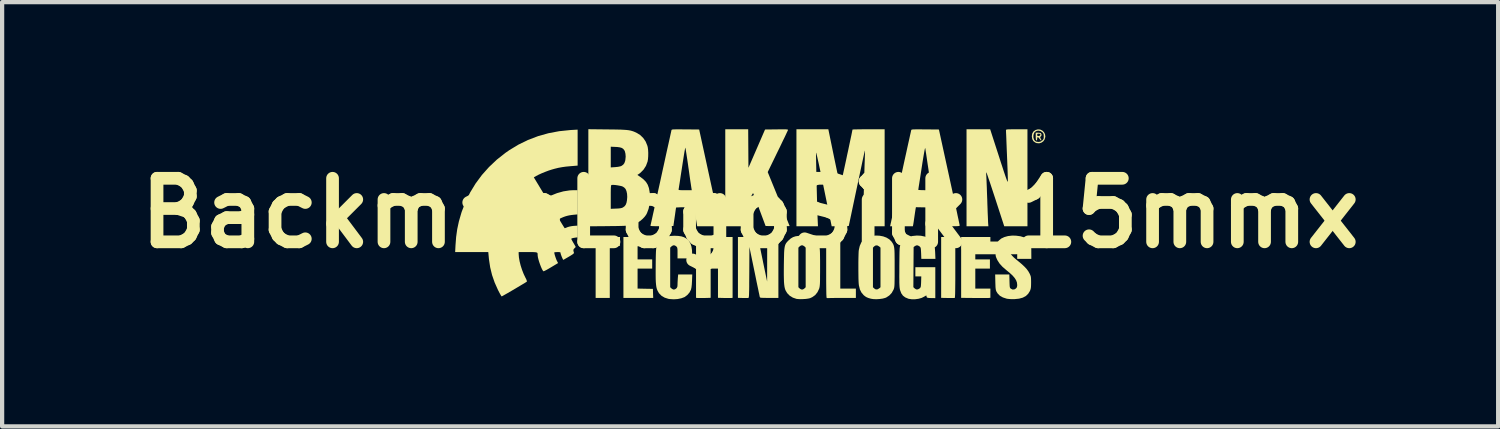
<source format=kicad_pcb>
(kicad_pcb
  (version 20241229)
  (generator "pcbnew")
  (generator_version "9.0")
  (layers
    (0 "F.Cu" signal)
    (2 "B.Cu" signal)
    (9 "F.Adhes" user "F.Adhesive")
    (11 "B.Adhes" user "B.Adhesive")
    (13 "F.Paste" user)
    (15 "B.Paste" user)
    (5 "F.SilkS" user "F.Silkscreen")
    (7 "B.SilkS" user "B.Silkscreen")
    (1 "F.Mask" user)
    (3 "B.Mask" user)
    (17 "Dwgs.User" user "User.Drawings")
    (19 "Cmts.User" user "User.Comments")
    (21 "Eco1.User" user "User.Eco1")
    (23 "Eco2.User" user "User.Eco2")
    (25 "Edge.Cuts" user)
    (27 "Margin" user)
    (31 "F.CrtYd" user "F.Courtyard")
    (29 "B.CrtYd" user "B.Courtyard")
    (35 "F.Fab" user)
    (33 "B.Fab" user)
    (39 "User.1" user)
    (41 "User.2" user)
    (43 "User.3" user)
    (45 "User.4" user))
  (footprint "BackmanLogoSilk_15mmx"
    (layer "F.Cu")
    (at 14.657 1.98)
    (property "Reference" "BackmanLogoSilk_15mmx" (at 0 0 0) (layer "F.SilkS") (effects (font (size 1.5 1.5) (thickness 0.3))))
    (attr board_only exclude_from_pos_files exclude_from_bom)
    (fp_poly (pts (xy -3.074 0.67) (xy -3.077 0.776) (xy -3.195 0.78) (xy -3.313 0.783) (xy -3.313 1.392) (xy -3.313 2.002) (xy -3.48 2.002) (xy -3.647 2.002) (xy -3.647 1.392) (xy -3.647 0.782) (xy -3.767 0.782) (xy -3.888 0.782) (xy -3.888 0.673) (xy -3.888 0.564) (xy -3.479 0.564) (xy -3.071 0.564)) (stroke (width 0) (type solid)) (fill yes) (layer "F.SilkS"))
    (fp_poly (pts (xy 4.843 1.281) (xy 4.843 1.434) (xy 4.843 1.565) (xy 4.842 1.675) (xy 4.841 1.767) (xy 4.84 1.842) (xy 4.839 1.9) (xy 4.837 1.944) (xy 4.835 1.975) (xy 4.833 1.994) (xy 4.83 2.002) (xy 4.829 2.003) (xy 4.812 2.005) (xy 4.778 2.005) (xy 4.73 2.005) (xy 4.673 2.004) (xy 4.662 2.004) (xy 4.509 2.001) (xy 4.509 1.282) (xy 4.509 0.564) (xy 4.676 0.564) (xy 4.843 0.564)) (stroke (width 0) (type solid)) (fill yes) (layer "F.SilkS"))
    (fp_poly (pts (xy -2.292 0.67) (xy -2.295 0.776) (xy -2.476 0.78) (xy -2.657 0.783) (xy -2.657 0.938) (xy -2.657 1.093) (xy -2.485 1.093) (xy -2.312 1.093) (xy -2.312 1.202) (xy -2.312 1.311) (xy -2.485 1.311) (xy -2.657 1.311) (xy -2.657 1.547) (xy -2.657 1.782) (xy -2.476 1.786) (xy -2.295 1.789) (xy -2.292 1.895) (xy -2.288 2.002) (xy -2.64 2.002) (xy -2.991 2.002) (xy -2.991 1.283) (xy -2.991 0.564) (xy -2.64 0.564) (xy -2.288 0.564)) (stroke (width 0) (type solid)) (fill yes) (layer "F.SilkS"))
    (fp_poly (pts (xy 2.128 1.173) (xy 2.128 1.783) (xy 2.312 1.783) (xy 2.496 1.783) (xy 2.496 1.892) (xy 2.496 2.002) (xy 2.177 2.003) (xy 2.093 2.003) (xy 2.016 2.003) (xy 1.949 2.004) (xy 1.896 2.005) (xy 1.858 2.006) (xy 1.841 2.007) (xy 1.841 2.007) (xy 1.816 2.006) (xy 1.809 2.005) (xy 1.806 1.999) (xy 1.803 1.984) (xy 1.801 1.957) (xy 1.799 1.917) (xy 1.798 1.864) (xy 1.797 1.794) (xy 1.796 1.708) (xy 1.795 1.604) (xy 1.795 1.48) (xy 1.795 1.334) (xy 1.795 1.282) (xy 1.795 0.564) (xy 1.961 0.564) (xy 2.128 0.564)) (stroke (width 0) (type solid)) (fill yes) (layer "F.SilkS"))
    (fp_poly (pts (xy 5.671 0.673) (xy 5.671 0.782) (xy 5.493 0.782) (xy 5.315 0.782) (xy 5.315 0.938) (xy 5.315 1.093) (xy 5.487 1.093) (xy 5.66 1.093) (xy 5.66 1.202) (xy 5.66 1.311) (xy 5.487 1.311) (xy 5.315 1.311) (xy 5.315 1.547) (xy 5.315 1.783) (xy 5.493 1.783) (xy 5.671 1.783) (xy 5.671 1.891) (xy 5.671 1.999) (xy 5.64 2.003) (xy 5.62 2.004) (xy 5.581 2.005) (xy 5.525 2.005) (xy 5.457 2.005) (xy 5.379 2.005) (xy 5.295 2.004) (xy 4.981 2.001) (xy 4.981 1.282) (xy 4.981 0.564) (xy 5.326 0.564) (xy 5.671 0.564)) (stroke (width 0) (type solid)) (fill yes) (layer "F.SilkS"))
    (fp_poly (pts (xy -0.932 0.828) (xy -0.932 1.093) (xy -0.846 1.093) (xy -0.759 1.093) (xy -0.759 0.828) (xy -0.759 0.564) (xy -0.587 0.564) (xy -0.414 0.564) (xy -0.414 1.282) (xy -0.414 2) (xy -0.44 2.004) (xy -0.461 2.005) (xy -0.5 2.005) (xy -0.551 2.005) (xy -0.609 2.004) (xy -0.613 2.004) (xy -0.759 2) (xy -0.759 1.656) (xy -0.759 1.311) (xy -0.846 1.311) (xy -0.932 1.311) (xy -0.932 1.656) (xy -0.932 2) (xy -1.067 2.004) (xy -1.124 2.005) (xy -1.177 2.005) (xy -1.218 2.005) (xy -1.24 2.004) (xy -1.277 2) (xy -1.277 1.282) (xy -1.277 0.564) (xy -1.104 0.564) (xy -0.932 0.564)) (stroke (width 0) (type solid)) (fill yes) (layer "F.SilkS"))
    (fp_poly (pts (xy 6.832 -1.895) (xy 6.859 -1.888) (xy 6.865 -1.884) (xy 6.878 -1.859) (xy 6.876 -1.83) (xy 6.861 -1.809) (xy 6.86 -1.808) (xy 6.847 -1.798) (xy 6.848 -1.783) (xy 6.856 -1.764) (xy 6.869 -1.739) (xy 6.877 -1.723) (xy 6.877 -1.723) (xy 6.872 -1.714) (xy 6.869 -1.714) (xy 6.855 -1.723) (xy 6.837 -1.745) (xy 6.83 -1.754) (xy 6.807 -1.784) (xy 6.789 -1.793) (xy 6.778 -1.781) (xy 6.776 -1.754) (xy 6.772 -1.724) (xy 6.762 -1.714) (xy 6.749 -1.722) (xy 6.745 -1.736) (xy 6.742 -1.767) (xy 6.741 -1.809) (xy 6.741 -1.814) (xy 6.741 -1.846) (xy 6.776 -1.846) (xy 6.78 -1.824) (xy 6.799 -1.818) (xy 6.803 -1.818) (xy 6.83 -1.824) (xy 6.844 -1.834) (xy 6.853 -1.855) (xy 6.841 -1.87) (xy 6.81 -1.875) (xy 6.809 -1.875) (xy 6.785 -1.872) (xy 6.776 -1.858) (xy 6.776 -1.846) (xy 6.741 -1.846) (xy 6.741 -1.898) (xy 6.796 -1.898)) (stroke (width 0) (type solid)) (fill yes) (layer "F.SilkS"))
    (fp_poly (pts (xy 6.846 -1.972) (xy 6.895 -1.95) (xy 6.934 -1.913) (xy 6.96 -1.865) (xy 6.968 -1.808) (xy 6.967 -1.796) (xy 6.951 -1.738) (xy 6.919 -1.693) (xy 6.874 -1.662) (xy 6.821 -1.647) (xy 6.764 -1.652) (xy 6.731 -1.665) (xy 6.686 -1.699) (xy 6.659 -1.747) (xy 6.653 -1.788) (xy 6.686 -1.788) (xy 6.701 -1.737) (xy 6.724 -1.704) (xy 6.755 -1.686) (xy 6.801 -1.68) (xy 6.807 -1.68) (xy 6.847 -1.685) (xy 6.881 -1.703) (xy 6.893 -1.713) (xy 6.915 -1.735) (xy 6.927 -1.757) (xy 6.931 -1.787) (xy 6.931 -1.811) (xy 6.929 -1.852) (xy 6.921 -1.879) (xy 6.905 -1.901) (xy 6.902 -1.904) (xy 6.858 -1.934) (xy 6.811 -1.946) (xy 6.765 -1.941) (xy 6.725 -1.918) (xy 6.706 -1.895) (xy 6.688 -1.844) (xy 6.686 -1.788) (xy 6.653 -1.788) (xy 6.649 -1.81) (xy 6.649 -1.812) (xy 6.658 -1.875) (xy 6.685 -1.924) (xy 6.731 -1.958) (xy 6.736 -1.961) (xy 6.792 -1.976)) (stroke (width 0) (type solid)) (fill yes) (layer "F.SilkS"))
    (fp_poly (pts (xy 0.196 0.63) (xy 0.202 0.656) (xy 0.211 0.701) (xy 0.224 0.763) (xy 0.24 0.84) (xy 0.258 0.927) (xy 0.278 1.023) (xy 0.299 1.124) (xy 0.305 1.156) (xy 0.401 1.616) (xy 0.402 1.09) (xy 0.403 0.564) (xy 0.535 0.564) (xy 0.667 0.564) (xy 0.667 1.283) (xy 0.667 2.002) (xy 0.45 2.002) (xy 0.374 2.002) (xy 0.318 2.001) (xy 0.279 2) (xy 0.254 1.998) (xy 0.239 1.994) (xy 0.231 1.988) (xy 0.228 1.98) (xy 0.227 1.976) (xy 0.223 1.96) (xy 0.216 1.923) (xy 0.204 1.869) (xy 0.19 1.799) (xy 0.172 1.715) (xy 0.152 1.62) (xy 0.131 1.516) (xy 0.108 1.404) (xy 0.102 1.375) (xy -0.017 0.8) (xy -0.02 1.399) (xy -0.021 1.532) (xy -0.022 1.644) (xy -0.022 1.737) (xy -0.023 1.812) (xy -0.025 1.871) (xy -0.026 1.917) (xy -0.028 1.951) (xy -0.03 1.974) (xy -0.033 1.989) (xy -0.036 1.998) (xy -0.04 2.002) (xy -0.043 2.003) (xy -0.063 2.005) (xy -0.1 2.005) (xy -0.147 2.005) (xy -0.175 2.004) (xy -0.288 2.001) (xy -0.288 1.282) (xy -0.288 0.564) (xy -0.053 0.564) (xy 0.182 0.564)) (stroke (width 0) (type solid)) (fill yes) (layer "F.SilkS"))
    (fp_poly (pts (xy -0.043 -1.524) (xy -0.04 -1.069) (xy 0.156 -1.521) (xy 0.352 -1.973) (xy 0.626 -1.976) (xy 0.712 -1.977) (xy 0.777 -1.977) (xy 0.825 -1.977) (xy 0.858 -1.976) (xy 0.879 -1.973) (xy 0.89 -1.97) (xy 0.893 -1.965) (xy 0.892 -1.958) (xy 0.892 -1.957) (xy 0.886 -1.943) (xy 0.87 -1.91) (xy 0.847 -1.86) (xy 0.817 -1.796) (xy 0.78 -1.721) (xy 0.739 -1.635) (xy 0.694 -1.541) (xy 0.65 -1.452) (xy 0.415 -0.968) (xy 0.674 -0.334) (xy 0.72 -0.219) (xy 0.764 -0.111) (xy 0.804 -0.012) (xy 0.84 0.077) (xy 0.872 0.155) (xy 0.897 0.218) (xy 0.916 0.266) (xy 0.928 0.295) (xy 0.932 0.306) (xy 0.921 0.307) (xy 0.89 0.308) (xy 0.842 0.309) (xy 0.781 0.309) (xy 0.709 0.308) (xy 0.648 0.308) (xy 0.365 0.305) (xy 0.22 -0.083) (xy 0.187 -0.173) (xy 0.156 -0.254) (xy 0.128 -0.327) (xy 0.105 -0.387) (xy 0.086 -0.433) (xy 0.074 -0.462) (xy 0.069 -0.471) (xy 0.062 -0.462) (xy 0.046 -0.436) (xy 0.026 -0.398) (xy 0.008 -0.365) (xy -0.047 -0.259) (xy -0.046 0.026) (xy -0.046 0.311) (xy -0.316 0.311) (xy -0.587 0.311) (xy -0.587 -0.834) (xy -0.587 -1.979) (xy -0.316 -1.979) (xy -0.046 -1.979)) (stroke (width 0) (type solid)) (fill yes) (layer "F.SilkS"))
    (fp_poly (pts (xy 6.546 -0.834) (xy 6.546 0.311) (xy 6.272 0.311) (xy 5.998 0.311) (xy 5.793 -0.319) (xy 5.755 -0.435) (xy 5.719 -0.544) (xy 5.686 -0.644) (xy 5.656 -0.735) (xy 5.629 -0.812) (xy 5.608 -0.876) (xy 5.591 -0.923) (xy 5.581 -0.952) (xy 5.577 -0.96) (xy 5.573 -0.956) (xy 5.572 -0.933) (xy 5.573 -0.903) (xy 5.575 -0.877) (xy 5.577 -0.831) (xy 5.58 -0.767) (xy 5.583 -0.689) (xy 5.587 -0.598) (xy 5.59 -0.498) (xy 5.594 -0.392) (xy 5.597 -0.322) (xy 5.6 -0.213) (xy 5.604 -0.11) (xy 5.607 -0.014) (xy 5.611 0.071) (xy 5.614 0.143) (xy 5.616 0.199) (xy 5.618 0.237) (xy 5.619 0.25) (xy 5.624 0.311) (xy 5.366 0.311) (xy 5.108 0.311) (xy 5.108 -0.834) (xy 5.108 -1.979) (xy 5.387 -1.978) (xy 5.666 -1.978) (xy 5.873 -1.339) (xy 5.916 -1.204) (xy 5.954 -1.089) (xy 5.985 -0.993) (xy 6.011 -0.916) (xy 6.032 -0.854) (xy 6.049 -0.807) (xy 6.061 -0.774) (xy 6.071 -0.753) (xy 6.077 -0.743) (xy 6.081 -0.741) (xy 6.083 -0.748) (xy 6.083 -0.751) (xy 6.083 -0.773) (xy 6.083 -0.815) (xy 6.081 -0.875) (xy 6.079 -0.951) (xy 6.076 -1.04) (xy 6.072 -1.139) (xy 6.068 -1.247) (xy 6.063 -1.361) (xy 6.063 -1.369) (xy 6.058 -1.482) (xy 6.054 -1.587) (xy 6.05 -1.685) (xy 6.047 -1.77) (xy 6.044 -1.843) (xy 6.041 -1.9) (xy 6.04 -1.938) (xy 6.039 -1.956) (xy 6.039 -1.957) (xy 6.041 -1.964) (xy 6.046 -1.969) (xy 6.058 -1.973) (xy 6.08 -1.976) (xy 6.114 -1.977) (xy 6.164 -1.978) (xy 6.232 -1.979) (xy 6.292 -1.979) (xy 6.546 -1.979)) (stroke (width 0) (type solid)) (fill yes) (layer "F.SilkS"))
    (fp_poly (pts (xy 3.056 0.534) (xy 3.141 0.55) (xy 3.219 0.579) (xy 3.286 0.62) (xy 3.338 0.673) (xy 3.34 0.676) (xy 3.357 0.701) (xy 3.371 0.724) (xy 3.382 0.746) (xy 3.391 0.772) (xy 3.398 0.803) (xy 3.403 0.841) (xy 3.407 0.888) (xy 3.409 0.949) (xy 3.41 1.024) (xy 3.411 1.116) (xy 3.411 1.227) (xy 3.411 1.283) (xy 3.411 1.398) (xy 3.411 1.492) (xy 3.41 1.568) (xy 3.409 1.629) (xy 3.408 1.676) (xy 3.406 1.712) (xy 3.403 1.74) (xy 3.4 1.761) (xy 3.395 1.779) (xy 3.39 1.795) (xy 3.384 1.809) (xy 3.343 1.883) (xy 3.285 1.945) (xy 3.215 1.991) (xy 3.189 2.002) (xy 3.13 2.018) (xy 3.058 2.028) (xy 2.981 2.033) (xy 2.908 2.03) (xy 2.848 2.021) (xy 2.847 2.02) (xy 2.791 2.004) (xy 2.75 1.987) (xy 2.716 1.966) (xy 2.681 1.938) (xy 2.676 1.933) (xy 2.626 1.873) (xy 2.59 1.8) (xy 2.568 1.709) (xy 2.566 1.695) (xy 2.562 1.658) (xy 2.559 1.601) (xy 2.557 1.53) (xy 2.556 1.447) (xy 2.555 1.358) (xy 2.555 1.265) (xy 2.555 1.173) (xy 2.556 1.085) (xy 2.558 1.006) (xy 2.56 0.94) (xy 2.563 0.891) (xy 2.566 0.87) (xy 2.578 0.816) (xy 2.899 0.816) (xy 2.899 1.283) (xy 2.899 1.75) (xy 2.927 1.778) (xy 2.964 1.801) (xy 3.002 1.802) (xy 3.042 1.78) (xy 3.045 1.778) (xy 3.077 1.751) (xy 3.077 1.283) (xy 3.077 0.815) (xy 3.045 0.787) (xy 3.005 0.764) (xy 2.966 0.763) (xy 2.929 0.785) (xy 2.927 0.787) (xy 2.899 0.816) (xy 2.578 0.816) (xy 2.588 0.774) (xy 2.623 0.695) (xy 2.661 0.646) (xy 2.722 0.597) (xy 2.796 0.562) (xy 2.879 0.539) (xy 2.967 0.53)) (stroke (width 0) (type solid)) (fill yes) (layer "F.SilkS"))
    (fp_poly (pts (xy -1.696 0.539) (xy -1.621 0.55) (xy -1.56 0.57) (xy -1.508 0.599) (xy -1.486 0.616) (xy -1.441 0.664) (xy -1.407 0.722) (xy -1.385 0.792) (xy -1.372 0.878) (xy -1.369 0.974) (xy -1.369 1.07) (xy -1.541 1.07) (xy -1.714 1.07) (xy -1.714 0.943) (xy -1.714 0.887) (xy -1.716 0.848) (xy -1.72 0.823) (xy -1.726 0.806) (xy -1.737 0.793) (xy -1.742 0.787) (xy -1.77 0.768) (xy -1.799 0.759) (xy -1.8 0.759) (xy -1.829 0.767) (xy -1.857 0.787) (xy -1.858 0.787) (xy -1.887 0.816) (xy -1.887 1.283) (xy -1.887 1.75) (xy -1.858 1.778) (xy -1.83 1.797) (xy -1.801 1.806) (xy -1.8 1.806) (xy -1.772 1.798) (xy -1.743 1.779) (xy -1.742 1.778) (xy -1.725 1.755) (xy -1.716 1.728) (xy -1.714 1.688) (xy -1.713 1.644) (xy -1.71 1.589) (xy -1.707 1.537) (xy -1.699 1.449) (xy -1.533 1.449) (xy -1.366 1.449) (xy -1.372 1.602) (xy -1.377 1.688) (xy -1.385 1.756) (xy -1.396 1.803) (xy -1.397 1.808) (xy -1.431 1.874) (xy -1.482 1.933) (xy -1.541 1.978) (xy -1.552 1.984) (xy -1.625 2.011) (xy -1.712 2.029) (xy -1.805 2.035) (xy -1.896 2.029) (xy -1.93 2.024) (xy -2.018 1.996) (xy -2.092 1.952) (xy -2.151 1.892) (xy -2.183 1.837) (xy -2.196 1.806) (xy -2.207 1.773) (xy -2.215 1.734) (xy -2.221 1.687) (xy -2.226 1.63) (xy -2.229 1.56) (xy -2.23 1.475) (xy -2.23 1.373) (xy -2.229 1.25) (xy -2.229 1.228) (xy -2.228 1.12) (xy -2.227 1.032) (xy -2.225 0.962) (xy -2.223 0.908) (xy -2.22 0.866) (xy -2.217 0.834) (xy -2.213 0.809) (xy -2.208 0.789) (xy -2.204 0.776) (xy -2.166 0.697) (xy -2.117 0.635) (xy -2.055 0.588) (xy -1.977 0.557) (xy -1.883 0.54) (xy -1.789 0.535)) (stroke (width 0) (type solid)) (fill yes) (layer "F.SilkS"))
    (fp_poly (pts (xy 1.333 0.542) (xy 1.425 0.564) (xy 1.499 0.601) (xy 1.559 0.654) (xy 1.605 0.724) (xy 1.63 0.783) (xy 1.635 0.801) (xy 1.64 0.821) (xy 1.643 0.845) (xy 1.646 0.877) (xy 1.648 0.918) (xy 1.649 0.97) (xy 1.65 1.038) (xy 1.651 1.122) (xy 1.651 1.225) (xy 1.651 1.283) (xy 1.651 1.396) (xy 1.65 1.489) (xy 1.65 1.564) (xy 1.649 1.624) (xy 1.647 1.67) (xy 1.644 1.706) (xy 1.641 1.733) (xy 1.637 1.755) (xy 1.632 1.774) (xy 1.63 1.783) (xy 1.59 1.867) (xy 1.536 1.935) (xy 1.465 1.985) (xy 1.413 2.009) (xy 1.372 2.018) (xy 1.316 2.026) (xy 1.252 2.03) (xy 1.188 2.032) (xy 1.131 2.029) (xy 1.094 2.025) (xy 1.009 1.996) (xy 0.935 1.951) (xy 0.876 1.891) (xy 0.841 1.834) (xy 0.828 1.804) (xy 0.818 1.771) (xy 0.81 1.731) (xy 0.804 1.684) (xy 0.799 1.626) (xy 0.797 1.555) (xy 0.795 1.468) (xy 0.795 1.363) (xy 0.796 1.238) (xy 0.796 1.228) (xy 0.798 1.11) (xy 0.8 1.013) (xy 0.802 0.934) (xy 0.806 0.87) (xy 0.812 0.819) (xy 0.813 0.816) (xy 1.139 0.816) (xy 1.139 1.283) (xy 1.139 1.75) (xy 1.167 1.778) (xy 1.195 1.797) (xy 1.224 1.806) (xy 1.225 1.806) (xy 1.254 1.798) (xy 1.282 1.779) (xy 1.283 1.778) (xy 1.311 1.75) (xy 1.311 1.283) (xy 1.311 0.816) (xy 1.283 0.787) (xy 1.255 0.768) (xy 1.226 0.759) (xy 1.225 0.759) (xy 1.196 0.767) (xy 1.168 0.787) (xy 1.167 0.787) (xy 1.139 0.816) (xy 0.813 0.816) (xy 0.82 0.778) (xy 0.831 0.745) (xy 0.845 0.717) (xy 0.863 0.692) (xy 0.885 0.667) (xy 0.908 0.644) (xy 0.959 0.599) (xy 1.012 0.568) (xy 1.072 0.548) (xy 1.144 0.538) (xy 1.225 0.535)) (stroke (width 0) (type solid)) (fill yes) (layer "F.SilkS"))
    (fp_poly (pts (xy 4.032 0.535) (xy 4.122 0.554) (xy 4.201 0.586) (xy 4.264 0.629) (xy 4.274 0.638) (xy 4.307 0.677) (xy 4.332 0.72) (xy 4.349 0.771) (xy 4.361 0.835) (xy 4.367 0.916) (xy 4.368 0.94) (xy 4.374 1.081) (xy 4.207 1.081) (xy 4.041 1.081) (xy 4.036 0.947) (xy 4.033 0.89) (xy 4.03 0.85) (xy 4.026 0.825) (xy 4.019 0.808) (xy 4.008 0.795) (xy 3.999 0.786) (xy 3.959 0.763) (xy 3.92 0.763) (xy 3.887 0.781) (xy 3.859 0.803) (xy 3.856 1.276) (xy 3.853 1.749) (xy 3.882 1.777) (xy 3.918 1.801) (xy 3.957 1.802) (xy 3.997 1.781) (xy 4 1.778) (xy 4.014 1.765) (xy 4.023 1.751) (xy 4.029 1.732) (xy 4.032 1.701) (xy 4.035 1.656) (xy 4.036 1.623) (xy 4.04 1.495) (xy 3.97 1.495) (xy 3.9 1.495) (xy 3.9 1.386) (xy 3.9 1.277) (xy 4.136 1.277) (xy 4.371 1.277) (xy 4.371 1.642) (xy 4.371 2.007) (xy 4.28 2.006) (xy 4.227 2.004) (xy 4.193 2) (xy 4.174 1.992) (xy 4.166 1.98) (xy 4.164 1.966) (xy 4.163 1.95) (xy 4.156 1.946) (xy 4.138 1.954) (xy 4.109 1.972) (xy 4.049 2.002) (xy 3.974 2.023) (xy 3.893 2.034) (xy 3.813 2.034) (xy 3.741 2.023) (xy 3.732 2.02) (xy 3.661 1.99) (xy 3.607 1.949) (xy 3.568 1.894) (xy 3.54 1.82) (xy 3.537 1.81) (xy 3.533 1.789) (xy 3.529 1.763) (xy 3.526 1.732) (xy 3.524 1.692) (xy 3.522 1.641) (xy 3.522 1.577) (xy 3.521 1.497) (xy 3.522 1.399) (xy 3.522 1.28) (xy 3.522 1.269) (xy 3.523 1.153) (xy 3.524 1.057) (xy 3.525 0.98) (xy 3.526 0.918) (xy 3.528 0.871) (xy 3.53 0.834) (xy 3.533 0.807) (xy 3.536 0.786) (xy 3.541 0.77) (xy 3.547 0.755) (xy 3.552 0.742) (xy 3.598 0.668) (xy 3.658 0.61) (xy 3.735 0.568) (xy 3.828 0.541) (xy 3.837 0.54) (xy 3.936 0.53)) (stroke (width 0) (type solid)) (fill yes) (layer "F.SilkS"))
    (fp_poly (pts (xy 3.175 -0.834) (xy 3.175 0.311) (xy 2.915 0.311) (xy 2.655 0.311) (xy 2.662 0.141) (xy 2.664 0.095) (xy 2.666 0.029) (xy 2.669 -0.054) (xy 2.672 -0.15) (xy 2.675 -0.257) (xy 2.679 -0.372) (xy 2.683 -0.491) (xy 2.686 -0.61) (xy 2.689 -0.729) (xy 2.693 -0.847) (xy 2.696 -0.959) (xy 2.699 -1.063) (xy 2.702 -1.156) (xy 2.705 -1.235) (xy 2.707 -1.297) (xy 2.708 -1.34) (xy 2.708 -1.34) (xy 2.71 -1.394) (xy 2.71 -1.437) (xy 2.71 -1.465) (xy 2.708 -1.474) (xy 2.707 -1.474) (xy 2.704 -1.46) (xy 2.696 -1.426) (xy 2.684 -1.372) (xy 2.669 -1.302) (xy 2.65 -1.216) (xy 2.629 -1.116) (xy 2.605 -1.004) (xy 2.579 -0.881) (xy 2.551 -0.751) (xy 2.522 -0.613) (xy 2.514 -0.576) (xy 2.328 0.305) (xy 2.127 0.308) (xy 1.925 0.311) (xy 1.742 -0.58) (xy 1.705 -0.759) (xy 1.673 -0.916) (xy 1.644 -1.051) (xy 1.62 -1.164) (xy 1.599 -1.257) (xy 1.583 -1.329) (xy 1.57 -1.381) (xy 1.562 -1.413) (xy 1.556 -1.426) (xy 1.555 -1.423) (xy 1.555 -1.403) (xy 1.555 -1.363) (xy 1.556 -1.304) (xy 1.557 -1.229) (xy 1.559 -1.141) (xy 1.561 -1.042) (xy 1.563 -0.933) (xy 1.566 -0.819) (xy 1.569 -0.7) (xy 1.572 -0.579) (xy 1.575 -0.46) (xy 1.578 -0.343) (xy 1.581 -0.231) (xy 1.584 -0.127) (xy 1.587 -0.034) (xy 1.59 0.047) (xy 1.592 0.114) (xy 1.594 0.158) (xy 1.601 0.311) (xy 1.347 0.311) (xy 1.093 0.311) (xy 1.093 -0.834) (xy 1.093 -1.979) (xy 1.47 -1.979) (xy 1.846 -1.979) (xy 1.984 -1.306) (xy 2.009 -1.186) (xy 2.033 -1.072) (xy 2.055 -0.968) (xy 2.075 -0.875) (xy 2.093 -0.795) (xy 2.107 -0.729) (xy 2.119 -0.681) (xy 2.126 -0.651) (xy 2.13 -0.642) (xy 2.133 -0.654) (xy 2.141 -0.686) (xy 2.152 -0.736) (xy 2.166 -0.801) (xy 2.183 -0.879) (xy 2.203 -0.967) (xy 2.224 -1.063) (xy 2.246 -1.165) (xy 2.269 -1.271) (xy 2.291 -1.377) (xy 2.314 -1.481) (xy 2.335 -1.582) (xy 2.355 -1.676) (xy 2.373 -1.761) (xy 2.389 -1.835) (xy 2.401 -1.895) (xy 2.41 -1.94) (xy 2.415 -1.966) (xy 2.416 -1.971) (xy 2.427 -1.973) (xy 2.458 -1.975) (xy 2.507 -1.976) (xy 2.571 -1.977) (xy 2.647 -1.978) (xy 2.733 -1.979) (xy 2.795 -1.979) (xy 3.175 -1.979)) (stroke (width 0) (type solid)) (fill yes) (layer "F.SilkS"))
    (fp_poly (pts (xy 6.275 0.533) (xy 6.379 0.547) (xy 6.464 0.572) (xy 6.531 0.609) (xy 6.581 0.658) (xy 6.61 0.705) (xy 6.621 0.732) (xy 6.629 0.757) (xy 6.634 0.787) (xy 6.636 0.825) (xy 6.637 0.879) (xy 6.637 0.923) (xy 6.638 1.081) (xy 6.471 1.081) (xy 6.304 1.081) (xy 6.304 0.949) (xy 6.304 0.891) (xy 6.302 0.852) (xy 6.299 0.826) (xy 6.293 0.808) (xy 6.283 0.795) (xy 6.276 0.787) (xy 6.238 0.764) (xy 6.195 0.761) (xy 6.155 0.779) (xy 6.153 0.781) (xy 6.137 0.798) (xy 6.129 0.822) (xy 6.127 0.859) (xy 6.127 0.866) (xy 6.129 0.904) (xy 6.139 0.938) (xy 6.157 0.973) (xy 6.187 1.009) (xy 6.229 1.052) (xy 6.288 1.102) (xy 6.333 1.139) (xy 6.413 1.206) (xy 6.477 1.266) (xy 6.527 1.32) (xy 6.566 1.373) (xy 6.597 1.428) (xy 6.602 1.438) (xy 6.615 1.468) (xy 6.624 1.495) (xy 6.629 1.526) (xy 6.631 1.566) (xy 6.632 1.623) (xy 6.632 1.639) (xy 6.631 1.701) (xy 6.629 1.746) (xy 6.624 1.78) (xy 6.616 1.809) (xy 6.605 1.838) (xy 6.563 1.905) (xy 6.508 1.958) (xy 6.436 1.996) (xy 6.348 2.02) (xy 6.241 2.031) (xy 6.241 2.031) (xy 6.156 2.031) (xy 6.084 2.025) (xy 6.055 2.02) (xy 5.966 1.991) (xy 5.895 1.951) (xy 5.842 1.897) (xy 5.818 1.859) (xy 5.808 1.838) (xy 5.801 1.816) (xy 5.796 1.787) (xy 5.792 1.748) (xy 5.79 1.694) (xy 5.788 1.631) (xy 5.784 1.449) (xy 5.951 1.449) (xy 6.118 1.449) (xy 6.122 1.606) (xy 6.124 1.669) (xy 6.126 1.713) (xy 6.129 1.743) (xy 6.134 1.761) (xy 6.142 1.774) (xy 6.153 1.784) (xy 6.153 1.784) (xy 6.193 1.804) (xy 6.236 1.802) (xy 6.274 1.78) (xy 6.276 1.778) (xy 6.295 1.753) (xy 6.303 1.721) (xy 6.304 1.694) (xy 6.298 1.639) (xy 6.278 1.585) (xy 6.243 1.53) (xy 6.192 1.471) (xy 6.122 1.407) (xy 6.051 1.349) (xy 5.959 1.27) (xy 5.889 1.193) (xy 5.838 1.114) (xy 5.829 1.095) (xy 5.812 1.058) (xy 5.801 1.028) (xy 5.795 0.996) (xy 5.793 0.957) (xy 5.792 0.902) (xy 5.792 0.897) (xy 5.795 0.826) (xy 5.801 0.772) (xy 5.815 0.728) (xy 5.837 0.689) (xy 5.87 0.648) (xy 5.872 0.647) (xy 5.927 0.601) (xy 6.001 0.566) (xy 6.088 0.542) (xy 6.186 0.531)) (stroke (width 0) (type solid)) (fill yes) (layer "F.SilkS"))
    (fp_poly (pts (xy -3.368 -1.975) (xy -3.242 -1.974) (xy -3.137 -1.972) (xy -3.049 -1.97) (xy -2.977 -1.966) (xy -2.917 -1.962) (xy -2.867 -1.956) (xy -2.824 -1.948) (xy -2.787 -1.938) (xy -2.751 -1.926) (xy -2.715 -1.911) (xy -2.681 -1.895) (xy -2.595 -1.842) (xy -2.523 -1.772) (xy -2.466 -1.688) (xy -2.427 -1.593) (xy -2.417 -1.555) (xy -2.409 -1.495) (xy -2.405 -1.422) (xy -2.406 -1.345) (xy -2.411 -1.274) (xy -2.421 -1.216) (xy -2.422 -1.214) (xy -2.459 -1.115) (xy -2.516 -1.026) (xy -2.589 -0.952) (xy -2.634 -0.919) (xy -2.662 -0.901) (xy -2.593 -0.854) (xy -2.516 -0.795) (xy -2.458 -0.735) (xy -2.417 -0.668) (xy -2.389 -0.59) (xy -2.372 -0.496) (xy -2.369 -0.473) (xy -2.364 -0.342) (xy -2.373 -0.216) (xy -2.397 -0.101) (xy -2.435 0.001) (xy -2.456 0.041) (xy -2.492 0.089) (xy -2.542 0.141) (xy -2.598 0.188) (xy -2.655 0.225) (xy -2.672 0.234) (xy -2.707 0.25) (xy -2.738 0.263) (xy -2.769 0.274) (xy -2.802 0.283) (xy -2.84 0.29) (xy -2.884 0.295) (xy -2.938 0.299) (xy -3.004 0.302) (xy -3.084 0.304) (xy -3.182 0.306) (xy -3.299 0.307) (xy -3.345 0.308) (xy -3.819 0.312) (xy -3.819 -0.379) (xy -3.29 -0.379) (xy -3.29 -0.101) (xy -3.165 -0.106) (xy -3.102 -0.109) (xy -3.057 -0.115) (xy -3.025 -0.123) (xy -3.003 -0.133) (xy -2.963 -0.162) (xy -2.936 -0.198) (xy -2.918 -0.246) (xy -2.907 -0.304) (xy -2.901 -0.38) (xy -2.905 -0.454) (xy -2.919 -0.519) (xy -2.94 -0.568) (xy -2.944 -0.573) (xy -2.97 -0.601) (xy -3.005 -0.625) (xy -3.011 -0.627) (xy -3.041 -0.638) (xy -3.085 -0.647) (xy -3.135 -0.656) (xy -3.186 -0.663) (xy -3.231 -0.666) (xy -3.263 -0.665) (xy -3.272 -0.663) (xy -3.278 -0.659) (xy -3.282 -0.648) (xy -3.285 -0.628) (xy -3.288 -0.596) (xy -3.289 -0.55) (xy -3.29 -0.487) (xy -3.29 -0.405) (xy -3.29 -0.379) (xy -3.819 -0.379) (xy -3.819 -0.834) (xy -3.819 -1.323) (xy -3.29 -1.323) (xy -3.29 -1.078) (xy -3.186 -1.085) (xy -3.119 -1.092) (xy -3.066 -1.103) (xy -3.04 -1.112) (xy -2.998 -1.141) (xy -2.969 -1.179) (xy -2.95 -1.232) (xy -2.945 -1.26) (xy -2.938 -1.332) (xy -2.943 -1.4) (xy -2.957 -1.458) (xy -2.969 -1.482) (xy -2.994 -1.514) (xy -3.027 -1.537) (xy -3.073 -1.551) (xy -3.136 -1.56) (xy -3.178 -1.562) (xy -3.29 -1.567) (xy -3.29 -1.323) (xy -3.819 -1.323) (xy -3.819 -1.98)) (stroke (width 0) (type solid)) (fill yes) (layer "F.SilkS"))
    (fp_poly (pts (xy -1.662 -1.977) (xy -1.578 -1.976) (xy -1.527 -1.976) (xy -1.203 -1.973) (xy -0.959 -0.851) (xy -0.925 -0.694) (xy -0.892 -0.543) (xy -0.86 -0.4) (xy -0.831 -0.266) (xy -0.804 -0.142) (xy -0.78 -0.031) (xy -0.759 0.066) (xy -0.741 0.148) (xy -0.726 0.212) (xy -0.716 0.259) (xy -0.71 0.285) (xy -0.709 0.29) (xy -0.709 0.297) (xy -0.713 0.302) (xy -0.726 0.305) (xy -0.748 0.308) (xy -0.783 0.309) (xy -0.834 0.31) (xy -0.903 0.311) (xy -0.977 0.311) (xy -1.25 0.311) (xy -1.288 0.086) (xy -1.327 -0.138) (xy -1.538 -0.138) (xy -1.605 -0.138) (xy -1.663 -0.136) (xy -1.709 -0.134) (xy -1.739 -0.132) (xy -1.749 -0.129) (xy -1.751 -0.116) (xy -1.756 -0.083) (xy -1.763 -0.035) (xy -1.771 0.024) (xy -1.781 0.092) (xy -1.781 0.092) (xy -1.812 0.305) (xy -2.085 0.308) (xy -2.174 0.309) (xy -2.242 0.309) (xy -2.292 0.308) (xy -2.325 0.306) (xy -2.345 0.303) (xy -2.353 0.299) (xy -2.353 0.296) (xy -2.35 0.283) (xy -2.342 0.249) (xy -2.33 0.196) (xy -2.314 0.125) (xy -2.295 0.037) (xy -2.272 -0.065) (xy -2.247 -0.181) (xy -2.219 -0.308) (xy -2.189 -0.446) (xy -2.165 -0.556) (xy -1.689 -0.556) (xy -1.687 -0.549) (xy -1.676 -0.545) (xy -1.655 -0.542) (xy -1.619 -0.541) (xy -1.564 -0.541) (xy -1.536 -0.541) (xy -1.378 -0.541) (xy -1.383 -0.572) (xy -1.386 -0.59) (xy -1.392 -0.629) (xy -1.4 -0.684) (xy -1.411 -0.755) (xy -1.423 -0.838) (xy -1.436 -0.931) (xy -1.45 -1.031) (xy -1.456 -1.07) (xy -1.47 -1.171) (xy -1.484 -1.265) (xy -1.497 -1.349) (xy -1.508 -1.421) (xy -1.517 -1.479) (xy -1.524 -1.52) (xy -1.529 -1.542) (xy -1.53 -1.544) (xy -1.533 -1.535) (xy -1.539 -1.506) (xy -1.548 -1.458) (xy -1.559 -1.394) (xy -1.571 -1.317) (xy -1.585 -1.228) (xy -1.6 -1.131) (xy -1.609 -1.073) (xy -1.625 -0.969) (xy -1.64 -0.873) (xy -1.653 -0.785) (xy -1.665 -0.708) (xy -1.675 -0.646) (xy -1.682 -0.599) (xy -1.687 -0.572) (xy -1.688 -0.567) (xy -1.689 -0.556) (xy -2.165 -0.556) (xy -2.157 -0.592) (xy -2.123 -0.745) (xy -2.105 -0.828) (xy -2.071 -0.985) (xy -2.038 -1.135) (xy -2.007 -1.277) (xy -1.978 -1.411) (xy -1.951 -1.533) (xy -1.926 -1.643) (xy -1.905 -1.739) (xy -1.887 -1.82) (xy -1.873 -1.884) (xy -1.863 -1.929) (xy -1.858 -1.954) (xy -1.856 -1.959) (xy -1.853 -1.965) (xy -1.846 -1.969) (xy -1.833 -1.973) (xy -1.81 -1.975) (xy -1.776 -1.976) (xy -1.727 -1.977)) (stroke (width 0) (type solid)) (fill yes) (layer "F.SilkS"))
    (fp_poly (pts (xy 3.998 -1.977) (xy 4.082 -1.976) (xy 4.133 -1.976) (xy 4.456 -1.973) (xy 4.701 -0.851) (xy 4.735 -0.694) (xy 4.768 -0.543) (xy 4.799 -0.4) (xy 4.828 -0.266) (xy 4.855 -0.142) (xy 4.879 -0.031) (xy 4.899 0.066) (xy 4.917 0.148) (xy 4.93 0.212) (xy 4.94 0.259) (xy 4.945 0.285) (xy 4.946 0.29) (xy 4.945 0.297) (xy 4.939 0.302) (xy 4.925 0.305) (xy 4.901 0.308) (xy 4.864 0.309) (xy 4.812 0.31) (xy 4.741 0.311) (xy 4.678 0.311) (xy 4.409 0.311) (xy 4.383 0.158) (xy 4.372 0.094) (xy 4.361 0.031) (xy 4.352 -0.023) (xy 4.344 -0.062) (xy 4.344 -0.063) (xy 4.331 -0.132) (xy 4.122 -0.135) (xy 3.913 -0.139) (xy 3.907 -0.107) (xy 3.903 -0.084) (xy 3.897 -0.044) (xy 3.889 0.009) (xy 3.88 0.07) (xy 3.877 0.092) (xy 3.868 0.153) (xy 3.86 0.208) (xy 3.853 0.252) (xy 3.848 0.28) (xy 3.847 0.285) (xy 3.842 0.311) (xy 3.573 0.311) (xy 3.304 0.311) (xy 3.314 0.267) (xy 3.317 0.25) (xy 3.326 0.212) (xy 3.338 0.155) (xy 3.355 0.08) (xy 3.375 -0.011) (xy 3.398 -0.117) (xy 3.424 -0.235) (xy 3.452 -0.364) (xy 3.482 -0.503) (xy 3.493 -0.549) (xy 3.969 -0.549) (xy 3.98 -0.546) (xy 4.009 -0.544) (xy 4.053 -0.542) (xy 4.108 -0.541) (xy 4.124 -0.541) (xy 4.181 -0.541) (xy 4.228 -0.542) (xy 4.262 -0.543) (xy 4.279 -0.545) (xy 4.279 -0.545) (xy 4.278 -0.558) (xy 4.273 -0.591) (xy 4.266 -0.641) (xy 4.257 -0.705) (xy 4.246 -0.78) (xy 4.233 -0.864) (xy 4.22 -0.953) (xy 4.207 -1.045) (xy 4.193 -1.137) (xy 4.18 -1.225) (xy 4.168 -1.308) (xy 4.157 -1.382) (xy 4.147 -1.444) (xy 4.14 -1.491) (xy 4.136 -1.521) (xy 4.134 -1.53) (xy 4.131 -1.534) (xy 4.126 -1.522) (xy 4.12 -1.495) (xy 4.111 -1.45) (xy 4.1 -1.387) (xy 4.086 -1.304) (xy 4.069 -1.201) (xy 4.05 -1.076) (xy 4.048 -1.064) (xy 4.032 -0.959) (xy 4.017 -0.861) (xy 4.003 -0.772) (xy 3.991 -0.695) (xy 3.981 -0.632) (xy 3.974 -0.585) (xy 3.97 -0.557) (xy 3.969 -0.549) (xy 3.493 -0.549) (xy 3.515 -0.65) (xy 3.548 -0.803) (xy 3.56 -0.857) (xy 3.594 -1.011) (xy 3.626 -1.159) (xy 3.657 -1.3) (xy 3.686 -1.431) (xy 3.712 -1.551) (xy 3.736 -1.659) (xy 3.757 -1.753) (xy 3.774 -1.831) (xy 3.788 -1.892) (xy 3.797 -1.934) (xy 3.802 -1.956) (xy 3.803 -1.959) (xy 3.806 -1.965) (xy 3.813 -1.969) (xy 3.827 -1.973) (xy 3.85 -1.975) (xy 3.884 -1.976) (xy 3.933 -1.977)) (stroke (width 0) (type solid)) (fill yes) (layer "F.SilkS"))
    (fp_poly (pts (xy -4.072 -1.545) (xy -4.072 -1.121) (xy -4.242 -1.107) (xy -4.349 -1.097) (xy -4.441 -1.084) (xy -4.528 -1.068) (xy -4.617 -1.046) (xy -4.68 -1.028) (xy -4.753 -1.005) (xy -4.835 -0.974) (xy -4.917 -0.941) (xy -4.991 -0.907) (xy -5.051 -0.876) (xy -5.106 -0.844) (xy -4.968 -0.615) (xy -4.928 -0.549) (xy -4.892 -0.49) (xy -4.861 -0.44) (xy -4.837 -0.402) (xy -4.823 -0.38) (xy -4.819 -0.375) (xy -4.805 -0.375) (xy -4.773 -0.384) (xy -4.729 -0.402) (xy -4.708 -0.411) (xy -4.558 -0.471) (xy -4.408 -0.513) (xy -4.261 -0.536) (xy -4.169 -0.541) (xy -4.072 -0.541) (xy -4.072 -0.255) (xy -4.072 0.031) (xy -4.16 0.039) (xy -4.215 0.045) (xy -4.272 0.054) (xy -4.316 0.064) (xy -4.362 0.077) (xy -4.409 0.094) (xy -4.451 0.112) (xy -4.485 0.128) (xy -4.504 0.141) (xy -4.506 0.146) (xy -4.492 0.172) (xy -4.471 0.207) (xy -4.447 0.247) (xy -4.423 0.286) (xy -4.401 0.321) (xy -4.385 0.346) (xy -4.377 0.357) (xy -4.377 0.357) (xy -4.364 0.353) (xy -4.337 0.343) (xy -4.311 0.332) (xy -4.268 0.319) (xy -4.213 0.308) (xy -4.161 0.302) (xy -4.072 0.296) (xy -4.072 0.434) (xy -4.072 0.572) (xy -4.13 0.58) (xy -4.179 0.588) (xy -4.209 0.596) (xy -4.221 0.606) (xy -4.222 0.611) (xy -4.216 0.624) (xy -4.201 0.652) (xy -4.18 0.69) (xy -4.17 0.706) (xy -4.147 0.745) (xy -4.129 0.777) (xy -4.119 0.796) (xy -4.118 0.799) (xy -4.126 0.811) (xy -4.146 0.83) (xy -4.148 0.831) (xy -4.169 0.857) (xy -4.172 0.891) (xy -4.159 0.934) (xy -4.16 0.944) (xy -4.17 0.958) (xy -4.194 0.976) (xy -4.234 1.002) (xy -4.279 1.029) (xy -4.327 1.057) (xy -4.367 1.08) (xy -4.396 1.097) (xy -4.41 1.104) (xy -4.41 1.104) (xy -4.418 1.095) (xy -4.43 1.069) (xy -4.445 1.036) (xy -4.459 0.999) (xy -4.47 0.968) (xy -4.475 0.946) (xy -4.475 0.945) (xy -4.477 0.932) (xy -4.486 0.924) (xy -4.508 0.921) (xy -4.548 0.92) (xy -4.55 0.92) (xy -4.588 0.922) (xy -4.615 0.925) (xy -4.624 0.929) (xy -4.62 0.955) (xy -4.61 0.995) (xy -4.595 1.041) (xy -4.579 1.086) (xy -4.564 1.122) (xy -4.562 1.125) (xy -4.534 1.18) (xy -4.701 1.28) (xy -4.757 1.313) (xy -4.806 1.341) (xy -4.845 1.361) (xy -4.87 1.372) (xy -4.879 1.374) (xy -4.895 1.355) (xy -4.915 1.319) (xy -4.937 1.269) (xy -4.959 1.212) (xy -4.98 1.152) (xy -4.997 1.094) (xy -5.01 1.042) (xy -5.015 1.001) (xy -5.016 0.995) (xy -5.016 0.969) (xy -5.018 0.951) (xy -5.025 0.937) (xy -5.041 0.929) (xy -5.068 0.924) (xy -5.108 0.921) (xy -5.166 0.92) (xy -5.244 0.92) (xy -5.247 0.92) (xy -5.464 0.92) (xy -5.464 0.965) (xy -5.458 1.045) (xy -5.442 1.138) (xy -5.417 1.238) (xy -5.384 1.34) (xy -5.346 1.437) (xy -5.309 1.515) (xy -5.284 1.564) (xy -5.272 1.597) (xy -5.27 1.615) (xy -5.273 1.62) (xy -5.289 1.63) (xy -5.321 1.65) (xy -5.366 1.677) (xy -5.421 1.71) (xy -5.483 1.747) (xy -5.549 1.786) (xy -5.615 1.825) (xy -5.68 1.863) (xy -5.739 1.897) (xy -5.791 1.926) (xy -5.831 1.949) (xy -5.857 1.963) (xy -5.865 1.967) (xy -5.874 1.957) (xy -5.89 1.931) (xy -5.913 1.89) (xy -5.939 1.84) (xy -5.952 1.815) (xy -6.031 1.638) (xy -6.092 1.462) (xy -6.136 1.282) (xy -6.165 1.09) (xy -6.168 1.061) (xy -6.181 0.92) (xy -6.572 0.92) (xy -6.963 0.92) (xy -6.955 0.762) (xy -6.94 0.564) (xy -6.914 0.379) (xy -6.875 0.197) (xy -6.821 0.01) (xy -6.809 -0.029) (xy -6.719 -0.263) (xy -6.609 -0.487) (xy -6.48 -0.699) (xy -6.331 -0.9) (xy -6.164 -1.087) (xy -5.979 -1.262) (xy -5.776 -1.422) (xy -5.684 -1.486) (xy -5.469 -1.616) (xy -5.243 -1.726) (xy -5.007 -1.816) (xy -4.762 -1.885) (xy -4.508 -1.933) (xy -4.247 -1.96) (xy -4.219 -1.962) (xy -4.072 -1.97)) (stroke (width 0) (type solid)) (fill yes) (layer "F.SilkS")))
  (gr_rect
    (start -3 -3)
    (end 32.314 7.015)
    (stroke (width 0.1) (type default))
    (fill no)
    (layer "Edge.Cuts")))
</source>
